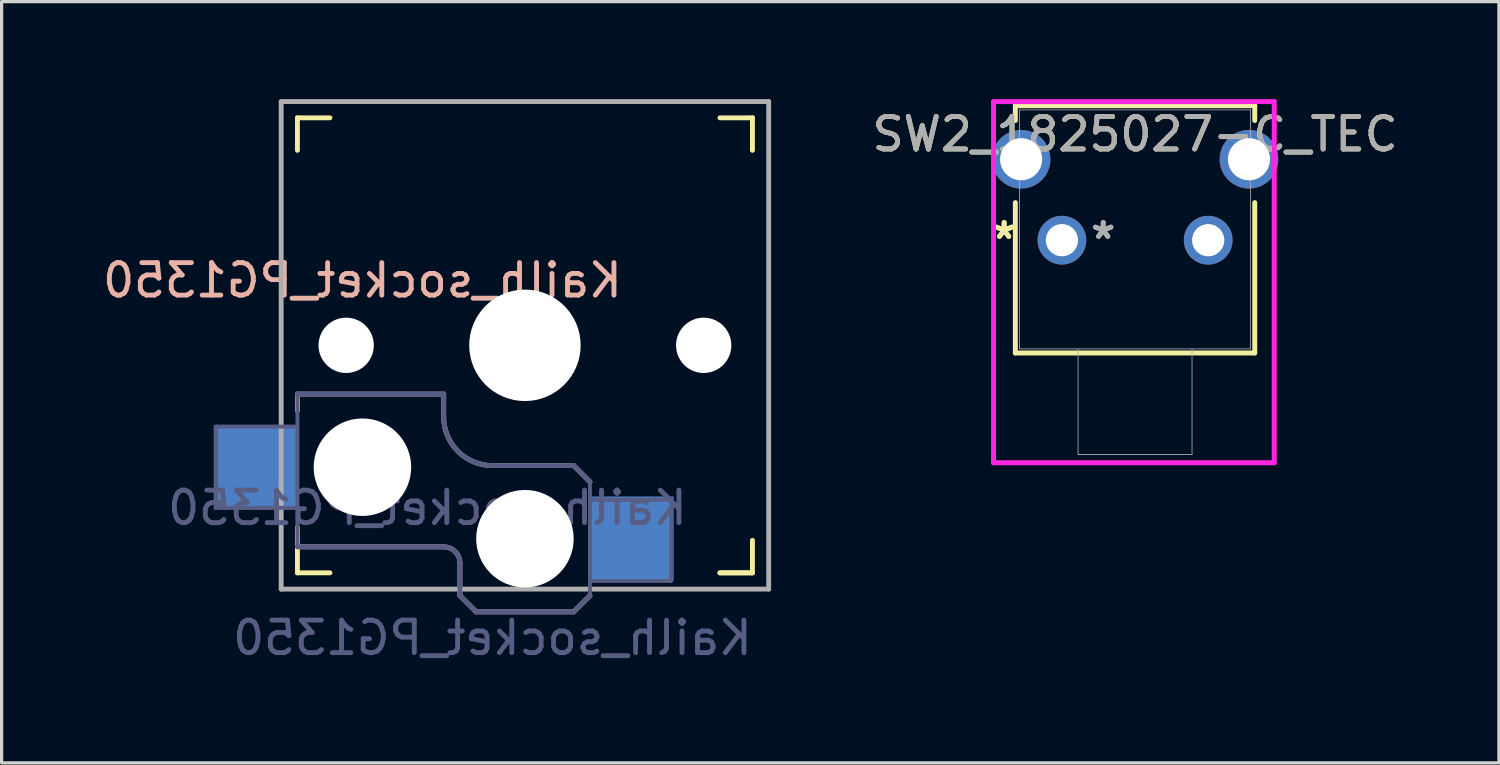
<source format=kicad_pcb>
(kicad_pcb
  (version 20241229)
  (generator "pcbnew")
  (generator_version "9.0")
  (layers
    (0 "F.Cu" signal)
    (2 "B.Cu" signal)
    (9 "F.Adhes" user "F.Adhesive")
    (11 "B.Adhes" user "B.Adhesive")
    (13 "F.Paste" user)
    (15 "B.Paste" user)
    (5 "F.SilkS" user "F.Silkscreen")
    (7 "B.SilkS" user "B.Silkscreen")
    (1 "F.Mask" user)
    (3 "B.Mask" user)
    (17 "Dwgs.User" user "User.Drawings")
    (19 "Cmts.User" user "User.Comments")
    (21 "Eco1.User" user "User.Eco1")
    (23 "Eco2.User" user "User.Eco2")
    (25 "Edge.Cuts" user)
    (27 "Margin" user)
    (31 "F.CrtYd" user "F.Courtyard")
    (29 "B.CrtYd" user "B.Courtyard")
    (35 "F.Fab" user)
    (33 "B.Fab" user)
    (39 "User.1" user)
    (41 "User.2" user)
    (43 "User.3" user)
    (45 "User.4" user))
  (footprint "Kailh_socket_PG1350"
    (layer "F.Cu")
    (at 13.101 7.575)
    (property "Reference" "Kailh_socket_PG1350" (at -5 -2 0) (layer "B.SilkS") (effects (font (size 1 1) (thickness 0.15)) (justify mirror)))
    (property "Value" "Kailh_socket_PG1350" (at 0 8.255 0) (layer "F.Fab") (hide yes) (effects (font (size 1 1) (thickness 0.15))))
    (attr smd)
    (fp_line (start -7 -6) (end -7 -7) (stroke (width 0.15) (type solid)) (layer "F.SilkS"))
    (fp_line (start -7 7) (end -7 6) (stroke (width 0.15) (type solid)) (layer "F.SilkS"))
    (fp_line (start -7 7) (end -6 7) (stroke (width 0.15) (type solid)) (layer "F.SilkS"))
    (fp_line (start -6 -7) (end -7 -7) (stroke (width 0.15) (type solid)) (layer "F.SilkS"))
    (fp_line (start 6 7) (end 7 7) (stroke (width 0.15) (type solid)) (layer "F.SilkS"))
    (fp_line (start 7 -7) (end 6 -7) (stroke (width 0.15) (type solid)) (layer "F.SilkS"))
    (fp_line (start 7 -7) (end 7 -6) (stroke (width 0.15) (type solid)) (layer "F.SilkS"))
    (fp_line (start 7 6) (end 7 7) (stroke (width 0.15) (type solid)) (layer "F.SilkS"))
    (fp_line (start 7 7) (end 6 7) (stroke (width 0.15) (type solid)) (layer "F.SilkS"))
    (fp_line (start -7 1.5) (end -7 2) (stroke (width 0.15) (type solid)) (layer "B.SilkS"))
    (fp_line (start -7 5.6) (end -7 6.2) (stroke (width 0.15) (type solid)) (layer "B.SilkS"))
    (fp_line (start -7 6.2) (end -2.5 6.2) (stroke (width 0.15) (type solid)) (layer "B.SilkS"))
    (fp_line (start -2.5 1.5) (end -7 1.5) (stroke (width 0.15) (type solid)) (layer "B.SilkS"))
    (fp_line (start -2.5 2.2) (end -2.5 1.5) (stroke (width 0.15) (type solid)) (layer "B.SilkS"))
    (fp_line (start -2 6.7) (end -2 7.7) (stroke (width 0.15) (type solid)) (layer "B.SilkS"))
    (fp_line (start -1.5 8.2) (end -2 7.7) (stroke (width 0.15) (type solid)) (layer "B.SilkS"))
    (fp_line (start 1.5 3.7) (end -1 3.7) (stroke (width 0.15) (type solid)) (layer "B.SilkS"))
    (fp_line (start 1.5 8.2) (end -1.5 8.2) (stroke (width 0.15) (type solid)) (layer "B.SilkS"))
    (fp_line (start 2 4.2) (end 1.5 3.7) (stroke (width 0.15) (type solid)) (layer "B.SilkS"))
    (fp_line (start 2 7.7) (end 1.5 8.2) (stroke (width 0.15) (type solid)) (layer "B.SilkS"))
    (fp_arc (start -2.5 6.2) (mid -2.146447 6.346447) (end -2 6.7) (stroke (width 0.15) (type solid)) (layer "B.SilkS"))
    (fp_arc (start -1 3.7) (mid -2.06066 3.26066) (end -2.5 2.2) (stroke (width 0.15) (type solid)) (layer "B.SilkS"))
    (fp_line (start -6.9 6.9) (end -6.9 -6.9) (stroke (width 0.15) (type solid)) (layer "Eco2.User"))
    (fp_line (start -6.9 6.9) (end 6.9 6.9) (stroke (width 0.15) (type solid)) (layer "Eco2.User"))
    (fp_line (start -2.6 -3.1) (end -2.6 -6.3) (stroke (width 0.15) (type solid)) (layer "Eco2.User"))
    (fp_line (start -2.6 -3.1) (end 2.6 -3.1) (stroke (width 0.15) (type solid)) (layer "Eco2.User"))
    (fp_line (start 2.6 -6.3) (end -2.6 -6.3) (stroke (width 0.15) (type solid)) (layer "Eco2.User"))
    (fp_line (start 2.6 -3.1) (end 2.6 -6.3) (stroke (width 0.15) (type solid)) (layer "Eco2.User"))
    (fp_line (start 6.9 -6.9) (end -6.9 -6.9) (stroke (width 0.15) (type solid)) (layer "Eco2.User"))
    (fp_line (start 6.9 -6.9) (end 6.9 6.9) (stroke (width 0.15) (type solid)) (layer "Eco2.User"))
    (fp_line (start -9.5 2.5) (end -7 2.5) (stroke (width 0.12) (type solid)) (layer "B.Fab"))
    (fp_line (start -9.5 5) (end -9.5 2.5) (stroke (width 0.12) (type solid)) (layer "B.Fab"))
    (fp_line (start -7 1.5) (end -7 6.2) (stroke (width 0.12) (type solid)) (layer "B.Fab"))
    (fp_line (start -7 5) (end -9.5 5) (stroke (width 0.12) (type solid)) (layer "B.Fab"))
    (fp_line (start -7 6.2) (end -2.5 6.2) (stroke (width 0.15) (type solid)) (layer "B.Fab"))
    (fp_line (start -2.5 1.5) (end -7 1.5) (stroke (width 0.15) (type solid)) (layer "B.Fab"))
    (fp_line (start -2.5 2.2) (end -2.5 1.5) (stroke (width 0.15) (type solid)) (layer "B.Fab"))
    (fp_line (start -2 6.7) (end -2 7.7) (stroke (width 0.15) (type solid)) (layer "B.Fab"))
    (fp_line (start -1.5 8.2) (end -2 7.7) (stroke (width 0.15) (type solid)) (layer "B.Fab"))
    (fp_line (start 1.5 3.7) (end -1 3.7) (stroke (width 0.15) (type solid)) (layer "B.Fab"))
    (fp_line (start 1.5 8.2) (end -1.5 8.2) (stroke (width 0.15) (type solid)) (layer "B.Fab"))
    (fp_line (start 2 4.2) (end 1.5 3.7) (stroke (width 0.15) (type solid)) (layer "B.Fab"))
    (fp_line (start 2 4.25) (end 2 7.7) (stroke (width 0.12) (type solid)) (layer "B.Fab"))
    (fp_line (start 2 4.75) (end 4.5 4.75) (stroke (width 0.12) (type solid)) (layer "B.Fab"))
    (fp_line (start 2 7.7) (end 1.5 8.2) (stroke (width 0.15) (type solid)) (layer "B.Fab"))
    (fp_line (start 4.5 4.75) (end 4.5 7.25) (stroke (width 0.12) (type solid)) (layer "B.Fab"))
    (fp_line (start 4.5 7.25) (end 2 7.25) (stroke (width 0.12) (type solid)) (layer "B.Fab"))
    (fp_arc (start -2.5 6.2) (mid -2.146447 6.346447) (end -2 6.7) (stroke (width 0.15) (type solid)) (layer "B.Fab"))
    (fp_arc (start -1 3.7) (mid -2.06066 3.26066) (end -2.5 2.2) (stroke (width 0.15) (type solid)) (layer "B.Fab"))
    (fp_line (start -7.5 -7.5) (end 7.5 -7.5) (stroke (width 0.15) (type solid)) (layer "F.Fab"))
    (fp_line (start -7.5 7.5) (end -7.5 -7.5) (stroke (width 0.15) (type solid)) (layer "F.Fab"))
    (fp_line (start 7.5 -7.5) (end 7.5 7.5) (stroke (width 0.15) (type solid)) (layer "F.Fab"))
    (fp_line (start 7.5 7.5) (end -7.5 7.5) (stroke (width 0.15) (type solid)) (layer "F.Fab"))
    (fp_text user "${REFERENCE}" (at -3 5 0) (layer "B.Fab") (effects (font (size 1 1) (thickness 0.15)) (justify mirror)))
    (fp_text user "${VALUE}" (at -1 9 0) (layer "B.Fab") (effects (font (size 1 1) (thickness 0.15)) (justify mirror)))
    (pad "" np_thru_hole circle (at -5.5 0) (size 1.702 1.702) (drill 1.702) (layers "*.Cu" "*.Mask"))
    (pad "" np_thru_hole circle (at -5 3.75) (size 3 3) (drill 3) (layers "*.Cu" "*.Mask"))
    (pad "" np_thru_hole circle (at 0 0) (size 3.429 3.429) (drill 3.429) (layers "*.Cu" "*.Mask"))
    (pad "" np_thru_hole circle (at 0 5.95) (size 3 3) (drill 3) (layers "*.Cu" "*.Mask"))
    (pad "" np_thru_hole circle (at 5.5 0) (size 1.702 1.702) (drill 1.702) (layers "*.Cu" "*.Mask"))
    (pad "1" smd rect (at 3.275 5.95) (size 2.6 2.6) (layers "B.Cu" "B.Mask" "B.Paste"))
    (pad "2" smd rect (at -8.275 3.75) (size 2.6 2.6) (layers "B.Cu" "B.Mask" "B.Paste")))
  (footprint "SW2_1825027-C_TEC"
    (layer "F.Cu")
    (at 29.623 4.34)
    (property "Reference" "SW2_1825027-C_TEC" (at 2.25 -3.261 0) (unlocked yes) (layer "F.SilkS") (effects (font (size 1 1) (thickness 0.15))))
    (attr through_hole)
    (fp_line (start -1.433 -4.137) (end -1.433 -3.683) (stroke (width 0.152) (type solid)) (layer "F.SilkS"))
    (fp_line (start -1.433 -1.156) (end -1.433 3.47) (stroke (width 0.152) (type solid)) (layer "F.SilkS"))
    (fp_line (start -1.433 3.47) (end 5.933 3.47) (stroke (width 0.152) (type solid)) (layer "F.SilkS"))
    (fp_line (start 5.933 -4.137) (end -1.433 -4.137) (stroke (width 0.152) (type solid)) (layer "F.SilkS"))
    (fp_line (start 5.933 -3.683) (end 5.933 -4.137) (stroke (width 0.152) (type solid)) (layer "F.SilkS"))
    (fp_line (start 5.933 3.47) (end 5.933 -1.156) (stroke (width 0.152) (type solid)) (layer "F.SilkS"))
    (fp_line (start -2.104 -4.264) (end -2.104 6.848) (stroke (width 0.152) (type solid)) (layer "F.CrtYd"))
    (fp_line (start -2.104 6.848) (end 6.532 6.848) (stroke (width 0.152) (type solid)) (layer "F.CrtYd"))
    (fp_line (start 6.532 -4.264) (end -2.104 -4.264) (stroke (width 0.152) (type solid)) (layer "F.CrtYd"))
    (fp_line (start 6.532 6.848) (end 6.532 -4.264) (stroke (width 0.152) (type solid)) (layer "F.CrtYd"))
    (fp_line (start -1.306 -4.01) (end -1.306 3.343) (stroke (width 0.025) (type solid)) (layer "F.Fab"))
    (fp_line (start -1.306 3.343) (end 5.806 3.343) (stroke (width 0.025) (type solid)) (layer "F.Fab"))
    (fp_line (start 0.497 3.343) (end 0.497 6.594) (stroke (width 0.025) (type solid)) (layer "F.Fab"))
    (fp_line (start 0.497 6.594) (end 4.003 6.594) (stroke (width 0.025) (type solid)) (layer "F.Fab"))
    (fp_line (start 4.003 3.343) (end 4.003 6.594) (stroke (width 0.025) (type solid)) (layer "F.Fab"))
    (fp_line (start 5.806 -4.01) (end -1.306 -4.01) (stroke (width 0.025) (type solid)) (layer "F.Fab"))
    (fp_line (start 5.806 3.343) (end 5.806 -4.01) (stroke (width 0.025) (type solid)) (layer "F.Fab"))
    (fp_text user "*" (at -1.778 0 0) (unlocked yes) (layer "F.SilkS") (effects (font (size 1 1) (thickness 0.15))))
    (fp_text user "*" (at -1.778 0 0) (layer "F.SilkS") (effects (font (size 1 1) (thickness 0.15))))
    (fp_text user "*" (at 1.27 0 0) (layer "F.Fab") (effects (font (size 1 1) (thickness 0.15))))
    (fp_text user "${REFERENCE}" (at 2.25 -3.261 0) (unlocked yes) (layer "F.Fab") (effects (font (size 1 1) (thickness 0.15))))
    (fp_text user "*" (at 1.27 0 0) (unlocked yes) (layer "F.Fab") (effects (font (size 1 1) (thickness 0.15))))
    (pad "1" thru_hole circle (at 0 0) (size 1.499 1.499) (drill 0.991) (layers "*.Cu" "*.Mask"))
    (pad "2" thru_hole circle (at 4.5 0) (size 1.499 1.499) (drill 0.991) (layers "*.Cu" "*.Mask"))
    (pad "3" thru_hole circle (at -1.255 -2.49) (size 1.803 1.803) (drill 1.295) (layers "*.Cu" "*.Mask"))
    (pad "4" thru_hole circle (at 5.755 -2.49) (size 1.803 1.803) (drill 1.295) (layers "*.Cu" "*.Mask")))
  (gr_rect
    (start -3 -3)
    (end 43.069 20.423)
    (stroke (width 0.1) (type default))
    (fill no)
    (layer "Edge.Cuts")))
</source>
